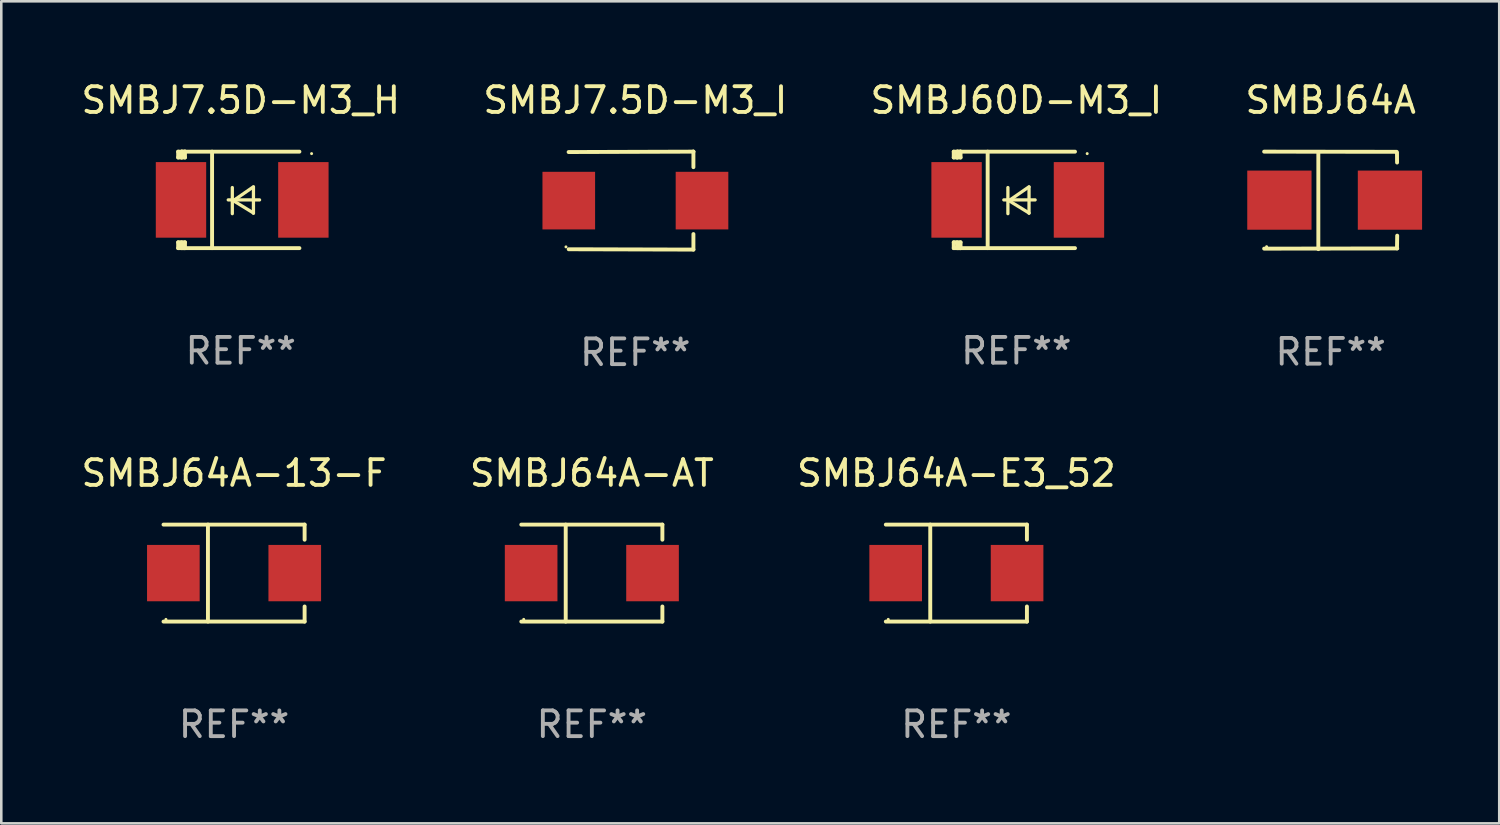
<source format=kicad_pcb>
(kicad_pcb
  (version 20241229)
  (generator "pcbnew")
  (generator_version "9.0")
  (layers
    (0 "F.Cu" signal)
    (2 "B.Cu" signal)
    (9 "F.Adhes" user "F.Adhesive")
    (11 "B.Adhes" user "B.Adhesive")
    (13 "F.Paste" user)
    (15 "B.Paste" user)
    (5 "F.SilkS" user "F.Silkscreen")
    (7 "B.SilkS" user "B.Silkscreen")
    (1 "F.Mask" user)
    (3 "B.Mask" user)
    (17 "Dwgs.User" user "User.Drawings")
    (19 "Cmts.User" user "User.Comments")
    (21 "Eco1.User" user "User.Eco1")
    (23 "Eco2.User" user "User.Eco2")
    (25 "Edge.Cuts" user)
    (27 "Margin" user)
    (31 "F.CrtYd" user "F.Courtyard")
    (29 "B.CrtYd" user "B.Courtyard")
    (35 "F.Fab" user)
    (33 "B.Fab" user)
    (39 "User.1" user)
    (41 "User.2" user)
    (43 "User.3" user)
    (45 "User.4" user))
  (footprint "SMBJ64A-13-F"
    (layer "F.Cu")
    (at 6.054 19.241)
    (property "Reference" "SMBJ64A-13-F" (at 0 -3.886 0) (layer "F.SilkS") (effects (font (size 1 1) (thickness 0.15))))
    (attr through_hole)
    (fp_line (start -2.744 -1.886) (end 2.744 -1.886) (stroke (width 0.152) (type solid)) (layer "F.SilkS"))
    (fp_line (start -2.744 1.886) (end 2.744 1.886) (stroke (width 0.152) (type solid)) (layer "F.SilkS"))
    (fp_line (start -1.016 -1.886) (end -1.016 1.886) (stroke (width 0.152) (type solid)) (layer "F.SilkS"))
    (fp_line (start 2.744 -1.886) (end 2.744 -1.299) (stroke (width 0.152) (type solid)) (layer "F.SilkS"))
    (fp_line (start 2.744 1.886) (end 2.744 1.299) (stroke (width 0.152) (type solid)) (layer "F.SilkS"))
    (fp_circle (center -2.65 1.8) (end -2.62 1.8) (stroke (width 0.06) (type solid)) (fill no) (layer "F.SilkS"))
    (fp_text user "REF**" (at 0 5.886 0) (layer "F.Fab") (effects (font (size 1 1) (thickness 0.15))))
    (pad "1" smd rect (at -2.361 0) (size 2.047 2.192) (layers "F.Cu" "F.Mask" "F.Paste"))
    (pad "2" smd rect (at 2.361 0) (size 2.047 2.192) (layers "F.Cu" "F.Mask" "F.Paste")))
  (footprint "SMBJ64A-E3_52"
    (layer "F.Cu")
    (at 34.149 19.241)
    (property "Reference" "SMBJ64A-E3_52" (at 0 -3.886 0) (layer "F.SilkS") (effects (font (size 1 1) (thickness 0.15))))
    (attr through_hole)
    (fp_line (start -2.744 -1.886) (end 2.744 -1.886) (stroke (width 0.152) (type solid)) (layer "F.SilkS"))
    (fp_line (start -2.744 1.886) (end 2.744 1.886) (stroke (width 0.152) (type solid)) (layer "F.SilkS"))
    (fp_line (start -1.016 -1.886) (end -1.016 1.886) (stroke (width 0.152) (type solid)) (layer "F.SilkS"))
    (fp_line (start 2.744 -1.886) (end 2.744 -1.299) (stroke (width 0.152) (type solid)) (layer "F.SilkS"))
    (fp_line (start 2.744 1.886) (end 2.744 1.299) (stroke (width 0.152) (type solid)) (layer "F.SilkS"))
    (fp_circle (center -2.65 1.8) (end -2.62 1.8) (stroke (width 0.06) (type solid)) (fill no) (layer "F.SilkS"))
    (fp_text user "REF**" (at 0 5.886 0) (layer "F.Fab") (effects (font (size 1 1) (thickness 0.15))))
    (pad "1" smd rect (at -2.361 0) (size 2.047 2.192) (layers "F.Cu" "F.Mask" "F.Paste"))
    (pad "2" smd rect (at 2.361 0) (size 2.047 2.192) (layers "F.Cu" "F.Mask" "F.Paste")))
  (footprint "SMBJ7.5D-M3_I"
    (layer "F.Cu")
    (at 21.661 4.753)
    (property "Reference" "SMBJ7.5D-M3_I" (at 0 -3.905 0) (layer "F.SilkS") (effects (font (size 1 1) (thickness 0.15))))
    (attr through_hole)
    (fp_line (start 2.256 -1.905) (end -2.594 -1.889) (stroke (width 0.152) (type solid)) (layer "F.SilkS"))
    (fp_line (start 2.256 -1.905) (end 2.26 -1.905) (stroke (width 0.152) (type solid)) (layer "F.SilkS"))
    (fp_line (start 2.26 -1.905) (end 2.26 -1.301) (stroke (width 0.152) (type solid)) (layer "F.SilkS"))
    (fp_line (start 2.26 1.301) (end 2.26 1.905) (stroke (width 0.152) (type solid)) (layer "F.SilkS"))
    (fp_line (start 2.26 1.905) (end -2.59 1.892) (stroke (width 0.152) (type solid)) (layer "F.SilkS"))
    (fp_circle (center -2.697 1.8) (end -2.667 1.8) (stroke (width 0.06) (type solid)) (fill no) (layer "F.SilkS"))
    (fp_text user "REF**" (at 0 5.905 0) (layer "F.Fab") (effects (font (size 1 1) (thickness 0.15))))
    (pad "1" smd rect (at -2.588 0) (size 2.047 2.241) (layers "F.Cu" "F.Mask" "F.Paste"))
    (pad "2" smd rect (at 2.594 0) (size 2.047 2.241) (layers "F.Cu" "F.Mask" "F.Paste")))
  (footprint "SMBJ60D-M3_I"
    (layer "F.Cu")
    (at 36.482 4.725)
    (property "Reference" "SMBJ60D-M3_I" (at 0 -3.876 0) (layer "F.SilkS") (effects (font (size 1 1) (thickness 0.15))))
    (attr through_hole)
    (fp_line (start -2.435 1.65) (end -2.171 1.65) (stroke (width 0.152) (type solid)) (layer "F.SilkS"))
    (fp_line (start -2.435 1.876) (end -2.435 1.65) (stroke (width 0.152) (type solid)) (layer "F.SilkS"))
    (fp_line (start -2.435 -1.876) (end -2.171 -1.876) (stroke (width 0.152) (type solid)) (layer "F.SilkS"))
    (fp_line (start -2.435 -1.65) (end -2.435 -1.876) (stroke (width 0.152) (type solid)) (layer "F.SilkS"))
    (fp_line (start -2.305 -1.866) (end -2.295 -1.876) (stroke (width 0.152) (type solid)) (layer "F.SilkS"))
    (fp_line (start -2.305 -1.65) (end -2.305 -1.866) (stroke (width 0.152) (type solid)) (layer "F.SilkS"))
    (fp_line (start -2.305 1.876) (end -2.305 1.65) (stroke (width 0.152) (type solid)) (layer "F.SilkS"))
    (fp_line (start -2.295 -1.876) (end -2.295 -1.65) (stroke (width 0.152) (type solid)) (layer "F.SilkS"))
    (fp_line (start -2.171 1.876) (end -2.435 1.876) (stroke (width 0.152) (type solid)) (layer "F.SilkS"))
    (fp_line (start -2.171 -1.65) (end -2.435 -1.65) (stroke (width 0.152) (type solid)) (layer "F.SilkS"))
    (fp_line (start -2.171 -1.876) (end -2.295 -1.876) (stroke (width 0.152) (type solid)) (layer "F.SilkS"))
    (fp_line (start -2.171 -1.65) (end -2.171 -1.876) (stroke (width 0.152) (type solid)) (layer "F.SilkS"))
    (fp_line (start -2.171 1.876) (end -2.305 1.876) (stroke (width 0.152) (type solid)) (layer "F.SilkS"))
    (fp_line (start -2.171 1.876) (end -2.171 1.65) (stroke (width 0.152) (type solid)) (layer "F.SilkS"))
    (fp_line (start -1.116 1.876) (end -1.116 -1.876) (stroke (width 0.152) (type solid)) (layer "F.SilkS"))
    (fp_line (start -0.488 0.000102) (end 0.731 0.000102) (stroke (width 0.127) (type solid)) (layer "F.SilkS"))
    (fp_line (start -0.329 -0.48) (end -0.329 0.536) (stroke (width 0.127) (type solid)) (layer "F.SilkS"))
    (fp_line (start -0.29 0.03) (end 0.493 0.51) (stroke (width 0.127) (type solid)) (layer "F.SilkS"))
    (fp_line (start 0.493 -0.51) (end -0.29 0.03) (stroke (width 0.127) (type solid)) (layer "F.SilkS"))
    (fp_line (start 0.493 0.52) (end 0.493 -0.496) (stroke (width 0.127) (type solid)) (layer "F.SilkS"))
    (fp_line (start 2.281 -1.876) (end -2.171 -1.876) (stroke (width 0.152) (type solid)) (layer "F.SilkS"))
    (fp_line (start 2.281 1.876) (end -2.171 1.876) (stroke (width 0.152) (type solid)) (layer "F.SilkS"))
    (fp_circle (center 2.755 -1.8) (end 2.785 -1.8) (stroke (width 0.06) (type solid)) (fill no) (layer "F.SilkS"))
    (fp_text user "REF**" (at 0 5.876 0) (layer "F.Fab") (effects (font (size 1 1) (thickness 0.15))))
    (pad "1" smd rect (at 2.435 -0.000025 180) (size 1.96 2.94) (layers "F.Cu" "F.Mask" "F.Paste"))
    (pad "2" smd rect (at -2.325 -0.000025 180) (size 1.96 2.94) (layers "F.Cu" "F.Mask" "F.Paste")))
  (footprint "SMBJ7.5D-M3_H"
    (layer "F.Cu")
    (at 6.315 4.725)
    (property "Reference" "SMBJ7.5D-M3_H" (at 0 -3.876 0) (layer "F.SilkS") (effects (font (size 1 1) (thickness 0.15))))
    (attr through_hole)
    (fp_line (start -2.435 1.65) (end -2.171 1.65) (stroke (width 0.152) (type solid)) (layer "F.SilkS"))
    (fp_line (start -2.435 1.876) (end -2.435 1.65) (stroke (width 0.152) (type solid)) (layer "F.SilkS"))
    (fp_line (start -2.435 -1.876) (end -2.171 -1.876) (stroke (width 0.152) (type solid)) (layer "F.SilkS"))
    (fp_line (start -2.435 -1.65) (end -2.435 -1.876) (stroke (width 0.152) (type solid)) (layer "F.SilkS"))
    (fp_line (start -2.305 -1.866) (end -2.295 -1.876) (stroke (width 0.152) (type solid)) (layer "F.SilkS"))
    (fp_line (start -2.305 -1.65) (end -2.305 -1.866) (stroke (width 0.152) (type solid)) (layer "F.SilkS"))
    (fp_line (start -2.305 1.876) (end -2.305 1.65) (stroke (width 0.152) (type solid)) (layer "F.SilkS"))
    (fp_line (start -2.295 -1.876) (end -2.295 -1.65) (stroke (width 0.152) (type solid)) (layer "F.SilkS"))
    (fp_line (start -2.171 1.876) (end -2.435 1.876) (stroke (width 0.152) (type solid)) (layer "F.SilkS"))
    (fp_line (start -2.171 -1.65) (end -2.435 -1.65) (stroke (width 0.152) (type solid)) (layer "F.SilkS"))
    (fp_line (start -2.171 -1.876) (end -2.295 -1.876) (stroke (width 0.152) (type solid)) (layer "F.SilkS"))
    (fp_line (start -2.171 -1.65) (end -2.171 -1.876) (stroke (width 0.152) (type solid)) (layer "F.SilkS"))
    (fp_line (start -2.171 1.876) (end -2.305 1.876) (stroke (width 0.152) (type solid)) (layer "F.SilkS"))
    (fp_line (start -2.171 1.876) (end -2.171 1.65) (stroke (width 0.152) (type solid)) (layer "F.SilkS"))
    (fp_line (start -1.116 1.876) (end -1.116 -1.876) (stroke (width 0.152) (type solid)) (layer "F.SilkS"))
    (fp_line (start -0.488 0.000102) (end 0.731 0.000102) (stroke (width 0.127) (type solid)) (layer "F.SilkS"))
    (fp_line (start -0.329 -0.48) (end -0.329 0.536) (stroke (width 0.127) (type solid)) (layer "F.SilkS"))
    (fp_line (start -0.29 0.03) (end 0.493 0.51) (stroke (width 0.127) (type solid)) (layer "F.SilkS"))
    (fp_line (start 0.493 -0.51) (end -0.29 0.03) (stroke (width 0.127) (type solid)) (layer "F.SilkS"))
    (fp_line (start 0.493 0.52) (end 0.493 -0.496) (stroke (width 0.127) (type solid)) (layer "F.SilkS"))
    (fp_line (start 2.281 -1.876) (end -2.171 -1.876) (stroke (width 0.152) (type solid)) (layer "F.SilkS"))
    (fp_line (start 2.281 1.876) (end -2.171 1.876) (stroke (width 0.152) (type solid)) (layer "F.SilkS"))
    (fp_circle (center 2.755 -1.8) (end 2.785 -1.8) (stroke (width 0.06) (type solid)) (fill no) (layer "F.SilkS"))
    (fp_text user "REF**" (at 0 5.876 0) (layer "F.Fab") (effects (font (size 1 1) (thickness 0.15))))
    (pad "1" smd rect (at 2.435 -0.000025 180) (size 1.96 2.94) (layers "F.Cu" "F.Mask" "F.Paste"))
    (pad "2" smd rect (at -2.325 -0.000025 180) (size 1.96 2.94) (layers "F.Cu" "F.Mask" "F.Paste")))
  (footprint "SMBJ64A"
    (layer "F.Cu")
    (at 48.708 4.744)
    (property "Reference" "SMBJ64A" (at 0 -3.896 0) (layer "F.SilkS") (effects (font (size 1 1) (thickness 0.15))))
    (attr through_hole)
    (fp_line (start -2.588 -1.896) (end 2.568 -1.889) (stroke (width 0.152) (type solid)) (layer "F.SilkS"))
    (fp_line (start -2.588 1.877) (end 2.588 1.87) (stroke (width 0.152) (type solid)) (layer "F.SilkS"))
    (fp_line (start -0.48 1.896) (end -0.48 -1.871) (stroke (width 0.152) (type solid)) (layer "F.SilkS"))
    (fp_line (start 2.579 -1.849) (end 2.582 -1.472) (stroke (width 0.152) (type solid)) (layer "F.SilkS"))
    (fp_line (start 2.579 1.867) (end 2.587 1.372) (stroke (width 0.152) (type solid)) (layer "F.SilkS"))
    (fp_circle (center -2.492 1.801) (end -2.462 1.801) (stroke (width 0.06) (type solid)) (fill no) (layer "F.SilkS"))
    (fp_text user "REF**" (at 0 5.896 0) (layer "F.Fab") (effects (font (size 1 1) (thickness 0.15))))
    (pad "1" smd rect (at -1.995 -0.009) (size 2.5 2.3) (layers "F.Cu" "F.Mask" "F.Paste"))
    (pad "2" smd rect (at 2.305 -0.009) (size 2.5 2.3) (layers "F.Cu" "F.Mask" "F.Paste")))
  (footprint "SMBJ64A-AT"
    (layer "F.Cu")
    (at 19.97 19.241)
    (property "Reference" "SMBJ64A-AT" (at 0 -3.886 0) (layer "F.SilkS") (effects (font (size 1 1) (thickness 0.15))))
    (attr through_hole)
    (fp_line (start -2.744 -1.886) (end 2.744 -1.886) (stroke (width 0.152) (type solid)) (layer "F.SilkS"))
    (fp_line (start -2.744 1.886) (end 2.744 1.886) (stroke (width 0.152) (type solid)) (layer "F.SilkS"))
    (fp_line (start -1.016 -1.886) (end -1.016 1.886) (stroke (width 0.152) (type solid)) (layer "F.SilkS"))
    (fp_line (start 2.744 -1.886) (end 2.744 -1.299) (stroke (width 0.152) (type solid)) (layer "F.SilkS"))
    (fp_line (start 2.744 1.886) (end 2.744 1.299) (stroke (width 0.152) (type solid)) (layer "F.SilkS"))
    (fp_circle (center -2.65 1.8) (end -2.62 1.8) (stroke (width 0.06) (type solid)) (fill no) (layer "F.SilkS"))
    (fp_text user "REF**" (at 0 5.886 0) (layer "F.Fab") (effects (font (size 1 1) (thickness 0.15))))
    (pad "1" smd rect (at -2.361 0) (size 2.047 2.192) (layers "F.Cu" "F.Mask" "F.Paste"))
    (pad "2" smd rect (at 2.361 0) (size 2.047 2.192) (layers "F.Cu" "F.Mask" "F.Paste")))
  (gr_rect
    (start -3 -3)
    (end 55.264 28.975)
    (stroke (width 0.1) (type default))
    (fill no)
    (layer "Edge.Cuts")))
</source>
